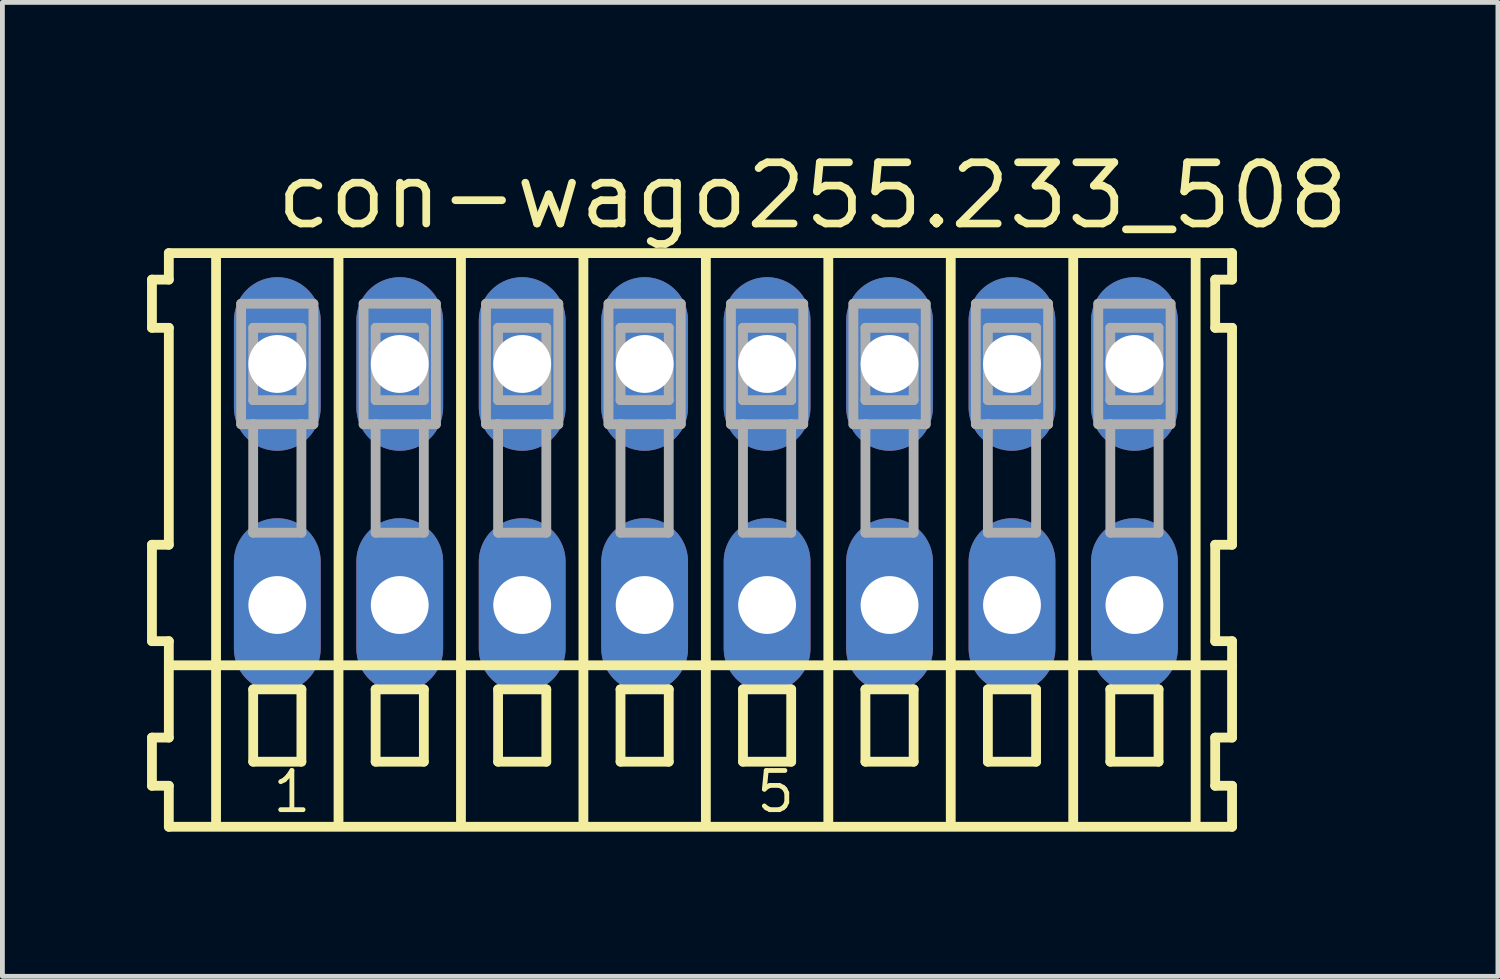
<source format=kicad_pcb>
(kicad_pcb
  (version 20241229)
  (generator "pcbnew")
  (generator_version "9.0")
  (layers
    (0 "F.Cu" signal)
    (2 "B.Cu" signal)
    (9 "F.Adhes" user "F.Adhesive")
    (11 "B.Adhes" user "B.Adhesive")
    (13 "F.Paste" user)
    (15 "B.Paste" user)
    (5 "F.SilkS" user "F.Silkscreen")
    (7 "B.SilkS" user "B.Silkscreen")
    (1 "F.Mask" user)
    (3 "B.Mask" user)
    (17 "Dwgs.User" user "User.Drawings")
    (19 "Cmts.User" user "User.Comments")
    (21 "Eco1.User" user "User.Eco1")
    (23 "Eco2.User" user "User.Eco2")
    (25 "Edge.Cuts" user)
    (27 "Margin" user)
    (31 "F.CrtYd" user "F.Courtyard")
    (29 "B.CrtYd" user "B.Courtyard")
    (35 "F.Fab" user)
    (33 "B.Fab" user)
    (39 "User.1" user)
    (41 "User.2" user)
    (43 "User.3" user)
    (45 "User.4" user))
  (footprint "con-wago255.233_508"
    (layer "F.Cu")
    (at 11.592 7)
    (property "Reference" "con-wago255.233_508" (at -8.99 -5.25 0) (layer "F.SilkS") (effects (font (size 1.27 1.27) (thickness 0.16)) (justify left bottom)))
    (attr through_hole)
    (fp_line (start -11.49 -4.25) (end -11.49 -3.25) (stroke (width 0.203) (type default)) (layer "F.SilkS"))
    (fp_line (start -11.49 -3.25) (end -11.14 -3.25) (stroke (width 0.203) (type default)) (layer "F.SilkS"))
    (fp_line (start -11.49 1.25) (end -11.49 3.25) (stroke (width 0.203) (type default)) (layer "F.SilkS"))
    (fp_line (start -11.49 3.25) (end -11.14 3.25) (stroke (width 0.203) (type default)) (layer "F.SilkS"))
    (fp_line (start -11.49 5.25) (end -11.49 6.25) (stroke (width 0.203) (type default)) (layer "F.SilkS"))
    (fp_line (start -11.49 6.25) (end -11.14 6.25) (stroke (width 0.203) (type default)) (layer "F.SilkS"))
    (fp_line (start -11.14 -4.8) (end -11.14 -4.25) (stroke (width 0.203) (type default)) (layer "F.SilkS"))
    (fp_line (start -11.14 -4.25) (end -11.49 -4.25) (stroke (width 0.203) (type default)) (layer "F.SilkS"))
    (fp_line (start -11.14 -3.25) (end -11.14 1.25) (stroke (width 0.203) (type default)) (layer "F.SilkS"))
    (fp_line (start -11.14 1.25) (end -11.49 1.25) (stroke (width 0.203) (type default)) (layer "F.SilkS"))
    (fp_line (start -11.14 3.25) (end -11.14 5.25) (stroke (width 0.203) (type default)) (layer "F.SilkS"))
    (fp_line (start -11.14 3.75) (end 10.915 3.75) (stroke (width 0.203) (type default)) (layer "F.SilkS"))
    (fp_line (start -11.14 5.25) (end -11.49 5.25) (stroke (width 0.203) (type default)) (layer "F.SilkS"))
    (fp_line (start -11.14 6.25) (end -11.14 7.1) (stroke (width 0.203) (type default)) (layer "F.SilkS"))
    (fp_line (start -11.14 7.1) (end 10.915 7.1) (stroke (width 0.203) (type default)) (layer "F.SilkS"))
    (fp_line (start -10.16 6.985) (end -10.16 -4.699) (stroke (width 0.203) (type default)) (layer "F.SilkS"))
    (fp_line (start -9.39 4.25) (end -9.39 5.75) (stroke (width 0.203) (type default)) (layer "F.SilkS"))
    (fp_line (start -9.39 5.75) (end -8.39 5.75) (stroke (width 0.203) (type default)) (layer "F.SilkS"))
    (fp_line (start -8.39 4.25) (end -9.39 4.25) (stroke (width 0.203) (type default)) (layer "F.SilkS"))
    (fp_line (start -8.39 5.75) (end -8.39 4.25) (stroke (width 0.203) (type default)) (layer "F.SilkS"))
    (fp_line (start -7.62 6.985) (end -7.62 -4.699) (stroke (width 0.203) (type default)) (layer "F.SilkS"))
    (fp_line (start -6.85 4.25) (end -6.85 5.75) (stroke (width 0.203) (type default)) (layer "F.SilkS"))
    (fp_line (start -6.85 5.75) (end -5.85 5.75) (stroke (width 0.203) (type default)) (layer "F.SilkS"))
    (fp_line (start -5.85 4.25) (end -6.85 4.25) (stroke (width 0.203) (type default)) (layer "F.SilkS"))
    (fp_line (start -5.85 5.75) (end -5.85 4.25) (stroke (width 0.203) (type default)) (layer "F.SilkS"))
    (fp_line (start -5.08 6.985) (end -5.08 -4.699) (stroke (width 0.203) (type default)) (layer "F.SilkS"))
    (fp_line (start -4.31 4.25) (end -4.31 5.75) (stroke (width 0.203) (type default)) (layer "F.SilkS"))
    (fp_line (start -4.31 5.75) (end -3.31 5.75) (stroke (width 0.203) (type default)) (layer "F.SilkS"))
    (fp_line (start -3.31 4.25) (end -4.31 4.25) (stroke (width 0.203) (type default)) (layer "F.SilkS"))
    (fp_line (start -3.31 5.75) (end -3.31 4.25) (stroke (width 0.203) (type default)) (layer "F.SilkS"))
    (fp_line (start -2.54 6.985) (end -2.54 -4.699) (stroke (width 0.203) (type default)) (layer "F.SilkS"))
    (fp_line (start -1.77 4.25) (end -1.77 5.75) (stroke (width 0.203) (type default)) (layer "F.SilkS"))
    (fp_line (start -1.77 5.75) (end -0.77 5.75) (stroke (width 0.203) (type default)) (layer "F.SilkS"))
    (fp_line (start -0.77 4.25) (end -1.77 4.25) (stroke (width 0.203) (type default)) (layer "F.SilkS"))
    (fp_line (start -0.77 5.75) (end -0.77 4.25) (stroke (width 0.203) (type default)) (layer "F.SilkS"))
    (fp_line (start 0 6.985) (end 0 -4.699) (stroke (width 0.203) (type default)) (layer "F.SilkS"))
    (fp_line (start 0.77 4.25) (end 0.77 5.75) (stroke (width 0.203) (type default)) (layer "F.SilkS"))
    (fp_line (start 0.77 5.75) (end 1.77 5.75) (stroke (width 0.203) (type default)) (layer "F.SilkS"))
    (fp_line (start 1.77 4.25) (end 0.77 4.25) (stroke (width 0.203) (type default)) (layer "F.SilkS"))
    (fp_line (start 1.77 5.75) (end 1.77 4.25) (stroke (width 0.203) (type default)) (layer "F.SilkS"))
    (fp_line (start 2.54 6.985) (end 2.54 -4.699) (stroke (width 0.203) (type default)) (layer "F.SilkS"))
    (fp_line (start 3.31 4.25) (end 3.31 5.75) (stroke (width 0.203) (type default)) (layer "F.SilkS"))
    (fp_line (start 3.31 5.75) (end 4.31 5.75) (stroke (width 0.203) (type default)) (layer "F.SilkS"))
    (fp_line (start 4.31 4.25) (end 3.31 4.25) (stroke (width 0.203) (type default)) (layer "F.SilkS"))
    (fp_line (start 4.31 5.75) (end 4.31 4.25) (stroke (width 0.203) (type default)) (layer "F.SilkS"))
    (fp_line (start 5.08 6.985) (end 5.08 -4.699) (stroke (width 0.203) (type default)) (layer "F.SilkS"))
    (fp_line (start 5.85 4.25) (end 5.85 5.75) (stroke (width 0.203) (type default)) (layer "F.SilkS"))
    (fp_line (start 5.85 5.75) (end 6.85 5.75) (stroke (width 0.203) (type default)) (layer "F.SilkS"))
    (fp_line (start 6.85 4.25) (end 5.85 4.25) (stroke (width 0.203) (type default)) (layer "F.SilkS"))
    (fp_line (start 6.85 5.75) (end 6.85 4.25) (stroke (width 0.203) (type default)) (layer "F.SilkS"))
    (fp_line (start 7.62 6.985) (end 7.62 -4.699) (stroke (width 0.203) (type default)) (layer "F.SilkS"))
    (fp_line (start 8.39 4.25) (end 8.39 5.75) (stroke (width 0.203) (type default)) (layer "F.SilkS"))
    (fp_line (start 8.39 5.75) (end 9.39 5.75) (stroke (width 0.203) (type default)) (layer "F.SilkS"))
    (fp_line (start 9.39 4.25) (end 8.39 4.25) (stroke (width 0.203) (type default)) (layer "F.SilkS"))
    (fp_line (start 9.39 5.75) (end 9.39 4.25) (stroke (width 0.203) (type default)) (layer "F.SilkS"))
    (fp_line (start 10.16 6.985) (end 10.16 -4.699) (stroke (width 0.203) (type default)) (layer "F.SilkS"))
    (fp_line (start 10.565 -4.25) (end 10.565 -3.25) (stroke (width 0.203) (type default)) (layer "F.SilkS"))
    (fp_line (start 10.565 -3.25) (end 10.915 -3.25) (stroke (width 0.203) (type default)) (layer "F.SilkS"))
    (fp_line (start 10.565 1.25) (end 10.565 3.25) (stroke (width 0.203) (type default)) (layer "F.SilkS"))
    (fp_line (start 10.565 3.25) (end 10.915 3.25) (stroke (width 0.203) (type default)) (layer "F.SilkS"))
    (fp_line (start 10.565 5.25) (end 10.565 6.25) (stroke (width 0.203) (type default)) (layer "F.SilkS"))
    (fp_line (start 10.565 6.25) (end 10.915 6.25) (stroke (width 0.203) (type default)) (layer "F.SilkS"))
    (fp_line (start 10.915 -4.8) (end -11.14 -4.8) (stroke (width 0.203) (type default)) (layer "F.SilkS"))
    (fp_line (start 10.915 -4.25) (end 10.565 -4.25) (stroke (width 0.203) (type default)) (layer "F.SilkS"))
    (fp_line (start 10.915 -4.25) (end 10.915 -4.8) (stroke (width 0.203) (type default)) (layer "F.SilkS"))
    (fp_line (start 10.915 1.25) (end 10.565 1.25) (stroke (width 0.203) (type default)) (layer "F.SilkS"))
    (fp_line (start 10.915 1.25) (end 10.915 -3.25) (stroke (width 0.203) (type default)) (layer "F.SilkS"))
    (fp_line (start 10.915 3.75) (end 10.915 3.25) (stroke (width 0.203) (type default)) (layer "F.SilkS"))
    (fp_line (start 10.915 5.25) (end 10.565 5.25) (stroke (width 0.203) (type default)) (layer "F.SilkS"))
    (fp_line (start 10.915 5.25) (end 10.915 3.75) (stroke (width 0.203) (type default)) (layer "F.SilkS"))
    (fp_line (start 10.915 7.1) (end 10.915 6.25) (stroke (width 0.203) (type default)) (layer "F.SilkS"))
    (fp_line (start -9.64 -3.75) (end -9.64 -1.25) (stroke (width 0.203) (type default)) (layer "F.Fab"))
    (fp_line (start -9.64 -1.25) (end -9.39 -1.25) (stroke (width 0.203) (type default)) (layer "F.Fab"))
    (fp_line (start -9.39 -3.25) (end -9.39 -1.75) (stroke (width 0.203) (type default)) (layer "F.Fab"))
    (fp_line (start -9.39 -1.75) (end -8.39 -1.75) (stroke (width 0.203) (type default)) (layer "F.Fab"))
    (fp_line (start -9.39 -1.25) (end -9.39 1) (stroke (width 0.203) (type default)) (layer "F.Fab"))
    (fp_line (start -9.39 -1.25) (end -8.39 -1.25) (stroke (width 0.203) (type default)) (layer "F.Fab"))
    (fp_line (start -9.39 1) (end -8.39 1) (stroke (width 0.203) (type default)) (layer "F.Fab"))
    (fp_line (start -8.39 -3.25) (end -9.39 -3.25) (stroke (width 0.203) (type default)) (layer "F.Fab"))
    (fp_line (start -8.39 -1.75) (end -8.39 -3.25) (stroke (width 0.203) (type default)) (layer "F.Fab"))
    (fp_line (start -8.39 -1.25) (end -8.14 -1.25) (stroke (width 0.203) (type default)) (layer "F.Fab"))
    (fp_line (start -8.39 1) (end -8.39 -1.25) (stroke (width 0.203) (type default)) (layer "F.Fab"))
    (fp_line (start -8.14 -3.75) (end -9.64 -3.75) (stroke (width 0.203) (type default)) (layer "F.Fab"))
    (fp_line (start -8.14 -1.25) (end -8.14 -3.75) (stroke (width 0.203) (type default)) (layer "F.Fab"))
    (fp_line (start -7.1 -3.75) (end -7.1 -1.25) (stroke (width 0.203) (type default)) (layer "F.Fab"))
    (fp_line (start -7.1 -1.25) (end -6.85 -1.25) (stroke (width 0.203) (type default)) (layer "F.Fab"))
    (fp_line (start -6.85 -3.25) (end -6.85 -1.75) (stroke (width 0.203) (type default)) (layer "F.Fab"))
    (fp_line (start -6.85 -1.75) (end -5.85 -1.75) (stroke (width 0.203) (type default)) (layer "F.Fab"))
    (fp_line (start -6.85 -1.25) (end -6.85 1) (stroke (width 0.203) (type default)) (layer "F.Fab"))
    (fp_line (start -6.85 -1.25) (end -5.85 -1.25) (stroke (width 0.203) (type default)) (layer "F.Fab"))
    (fp_line (start -6.85 1) (end -5.85 1) (stroke (width 0.203) (type default)) (layer "F.Fab"))
    (fp_line (start -5.85 -3.25) (end -6.85 -3.25) (stroke (width 0.203) (type default)) (layer "F.Fab"))
    (fp_line (start -5.85 -1.75) (end -5.85 -3.25) (stroke (width 0.203) (type default)) (layer "F.Fab"))
    (fp_line (start -5.85 -1.25) (end -5.6 -1.25) (stroke (width 0.203) (type default)) (layer "F.Fab"))
    (fp_line (start -5.85 1) (end -5.85 -1.25) (stroke (width 0.203) (type default)) (layer "F.Fab"))
    (fp_line (start -5.6 -3.75) (end -7.1 -3.75) (stroke (width 0.203) (type default)) (layer "F.Fab"))
    (fp_line (start -5.6 -1.25) (end -5.6 -3.75) (stroke (width 0.203) (type default)) (layer "F.Fab"))
    (fp_line (start -4.56 -3.75) (end -4.56 -1.25) (stroke (width 0.203) (type default)) (layer "F.Fab"))
    (fp_line (start -4.56 -1.25) (end -4.31 -1.25) (stroke (width 0.203) (type default)) (layer "F.Fab"))
    (fp_line (start -4.31 -3.25) (end -4.31 -1.75) (stroke (width 0.203) (type default)) (layer "F.Fab"))
    (fp_line (start -4.31 -1.75) (end -3.31 -1.75) (stroke (width 0.203) (type default)) (layer "F.Fab"))
    (fp_line (start -4.31 -1.25) (end -4.31 1) (stroke (width 0.203) (type default)) (layer "F.Fab"))
    (fp_line (start -4.31 -1.25) (end -3.31 -1.25) (stroke (width 0.203) (type default)) (layer "F.Fab"))
    (fp_line (start -4.31 1) (end -3.31 1) (stroke (width 0.203) (type default)) (layer "F.Fab"))
    (fp_line (start -3.31 -3.25) (end -4.31 -3.25) (stroke (width 0.203) (type default)) (layer "F.Fab"))
    (fp_line (start -3.31 -1.75) (end -3.31 -3.25) (stroke (width 0.203) (type default)) (layer "F.Fab"))
    (fp_line (start -3.31 -1.25) (end -3.06 -1.25) (stroke (width 0.203) (type default)) (layer "F.Fab"))
    (fp_line (start -3.31 1) (end -3.31 -1.25) (stroke (width 0.203) (type default)) (layer "F.Fab"))
    (fp_line (start -3.06 -3.75) (end -4.56 -3.75) (stroke (width 0.203) (type default)) (layer "F.Fab"))
    (fp_line (start -3.06 -1.25) (end -3.06 -3.75) (stroke (width 0.203) (type default)) (layer "F.Fab"))
    (fp_line (start -2.02 -3.75) (end -2.02 -1.25) (stroke (width 0.203) (type default)) (layer "F.Fab"))
    (fp_line (start -2.02 -1.25) (end -1.77 -1.25) (stroke (width 0.203) (type default)) (layer "F.Fab"))
    (fp_line (start -1.77 -3.25) (end -1.77 -1.75) (stroke (width 0.203) (type default)) (layer "F.Fab"))
    (fp_line (start -1.77 -1.75) (end -0.77 -1.75) (stroke (width 0.203) (type default)) (layer "F.Fab"))
    (fp_line (start -1.77 -1.25) (end -1.77 1) (stroke (width 0.203) (type default)) (layer "F.Fab"))
    (fp_line (start -1.77 -1.25) (end -0.77 -1.25) (stroke (width 0.203) (type default)) (layer "F.Fab"))
    (fp_line (start -1.77 1) (end -0.77 1) (stroke (width 0.203) (type default)) (layer "F.Fab"))
    (fp_line (start -0.77 -3.25) (end -1.77 -3.25) (stroke (width 0.203) (type default)) (layer "F.Fab"))
    (fp_line (start -0.77 -1.75) (end -0.77 -3.25) (stroke (width 0.203) (type default)) (layer "F.Fab"))
    (fp_line (start -0.77 -1.25) (end -0.52 -1.25) (stroke (width 0.203) (type default)) (layer "F.Fab"))
    (fp_line (start -0.77 1) (end -0.77 -1.25) (stroke (width 0.203) (type default)) (layer "F.Fab"))
    (fp_line (start -0.52 -3.75) (end -2.02 -3.75) (stroke (width 0.203) (type default)) (layer "F.Fab"))
    (fp_line (start -0.52 -1.25) (end -0.52 -3.75) (stroke (width 0.203) (type default)) (layer "F.Fab"))
    (fp_line (start 0.52 -3.75) (end 0.52 -1.25) (stroke (width 0.203) (type default)) (layer "F.Fab"))
    (fp_line (start 0.52 -1.25) (end 0.77 -1.25) (stroke (width 0.203) (type default)) (layer "F.Fab"))
    (fp_line (start 0.77 -3.25) (end 0.77 -1.75) (stroke (width 0.203) (type default)) (layer "F.Fab"))
    (fp_line (start 0.77 -1.75) (end 1.77 -1.75) (stroke (width 0.203) (type default)) (layer "F.Fab"))
    (fp_line (start 0.77 -1.25) (end 0.77 1) (stroke (width 0.203) (type default)) (layer "F.Fab"))
    (fp_line (start 0.77 -1.25) (end 1.77 -1.25) (stroke (width 0.203) (type default)) (layer "F.Fab"))
    (fp_line (start 0.77 1) (end 1.77 1) (stroke (width 0.203) (type default)) (layer "F.Fab"))
    (fp_line (start 1.77 -3.25) (end 0.77 -3.25) (stroke (width 0.203) (type default)) (layer "F.Fab"))
    (fp_line (start 1.77 -1.75) (end 1.77 -3.25) (stroke (width 0.203) (type default)) (layer "F.Fab"))
    (fp_line (start 1.77 -1.25) (end 2.02 -1.25) (stroke (width 0.203) (type default)) (layer "F.Fab"))
    (fp_line (start 1.77 1) (end 1.77 -1.25) (stroke (width 0.203) (type default)) (layer "F.Fab"))
    (fp_line (start 2.02 -3.75) (end 0.52 -3.75) (stroke (width 0.203) (type default)) (layer "F.Fab"))
    (fp_line (start 2.02 -1.25) (end 2.02 -3.75) (stroke (width 0.203) (type default)) (layer "F.Fab"))
    (fp_line (start 3.06 -3.75) (end 3.06 -1.25) (stroke (width 0.203) (type default)) (layer "F.Fab"))
    (fp_line (start 3.06 -1.25) (end 3.31 -1.25) (stroke (width 0.203) (type default)) (layer "F.Fab"))
    (fp_line (start 3.31 -3.25) (end 3.31 -1.75) (stroke (width 0.203) (type default)) (layer "F.Fab"))
    (fp_line (start 3.31 -1.75) (end 4.31 -1.75) (stroke (width 0.203) (type default)) (layer "F.Fab"))
    (fp_line (start 3.31 -1.25) (end 3.31 1) (stroke (width 0.203) (type default)) (layer "F.Fab"))
    (fp_line (start 3.31 -1.25) (end 4.31 -1.25) (stroke (width 0.203) (type default)) (layer "F.Fab"))
    (fp_line (start 3.31 1) (end 4.31 1) (stroke (width 0.203) (type default)) (layer "F.Fab"))
    (fp_line (start 4.31 -3.25) (end 3.31 -3.25) (stroke (width 0.203) (type default)) (layer "F.Fab"))
    (fp_line (start 4.31 -1.75) (end 4.31 -3.25) (stroke (width 0.203) (type default)) (layer "F.Fab"))
    (fp_line (start 4.31 -1.25) (end 4.56 -1.25) (stroke (width 0.203) (type default)) (layer "F.Fab"))
    (fp_line (start 4.31 1) (end 4.31 -1.25) (stroke (width 0.203) (type default)) (layer "F.Fab"))
    (fp_line (start 4.56 -3.75) (end 3.06 -3.75) (stroke (width 0.203) (type default)) (layer "F.Fab"))
    (fp_line (start 4.56 -1.25) (end 4.56 -3.75) (stroke (width 0.203) (type default)) (layer "F.Fab"))
    (fp_line (start 5.6 -3.75) (end 5.6 -1.25) (stroke (width 0.203) (type default)) (layer "F.Fab"))
    (fp_line (start 5.6 -1.25) (end 5.85 -1.25) (stroke (width 0.203) (type default)) (layer "F.Fab"))
    (fp_line (start 5.85 -3.25) (end 5.85 -1.75) (stroke (width 0.203) (type default)) (layer "F.Fab"))
    (fp_line (start 5.85 -1.75) (end 6.85 -1.75) (stroke (width 0.203) (type default)) (layer "F.Fab"))
    (fp_line (start 5.85 -1.25) (end 5.85 1) (stroke (width 0.203) (type default)) (layer "F.Fab"))
    (fp_line (start 5.85 -1.25) (end 6.85 -1.25) (stroke (width 0.203) (type default)) (layer "F.Fab"))
    (fp_line (start 5.85 1) (end 6.85 1) (stroke (width 0.203) (type default)) (layer "F.Fab"))
    (fp_line (start 6.85 -3.25) (end 5.85 -3.25) (stroke (width 0.203) (type default)) (layer "F.Fab"))
    (fp_line (start 6.85 -1.75) (end 6.85 -3.25) (stroke (width 0.203) (type default)) (layer "F.Fab"))
    (fp_line (start 6.85 -1.25) (end 7.1 -1.25) (stroke (width 0.203) (type default)) (layer "F.Fab"))
    (fp_line (start 6.85 1) (end 6.85 -1.25) (stroke (width 0.203) (type default)) (layer "F.Fab"))
    (fp_line (start 7.1 -3.75) (end 5.6 -3.75) (stroke (width 0.203) (type default)) (layer "F.Fab"))
    (fp_line (start 7.1 -1.25) (end 7.1 -3.75) (stroke (width 0.203) (type default)) (layer "F.Fab"))
    (fp_line (start 8.14 -3.75) (end 8.14 -1.25) (stroke (width 0.203) (type default)) (layer "F.Fab"))
    (fp_line (start 8.14 -1.25) (end 8.39 -1.25) (stroke (width 0.203) (type default)) (layer "F.Fab"))
    (fp_line (start 8.39 -3.25) (end 8.39 -1.75) (stroke (width 0.203) (type default)) (layer "F.Fab"))
    (fp_line (start 8.39 -1.75) (end 9.39 -1.75) (stroke (width 0.203) (type default)) (layer "F.Fab"))
    (fp_line (start 8.39 -1.25) (end 8.39 1) (stroke (width 0.203) (type default)) (layer "F.Fab"))
    (fp_line (start 8.39 -1.25) (end 9.39 -1.25) (stroke (width 0.203) (type default)) (layer "F.Fab"))
    (fp_line (start 8.39 1) (end 9.39 1) (stroke (width 0.203) (type default)) (layer "F.Fab"))
    (fp_line (start 9.39 -3.25) (end 8.39 -3.25) (stroke (width 0.203) (type default)) (layer "F.Fab"))
    (fp_line (start 9.39 -1.75) (end 9.39 -3.25) (stroke (width 0.203) (type default)) (layer "F.Fab"))
    (fp_line (start 9.39 -1.25) (end 9.64 -1.25) (stroke (width 0.203) (type default)) (layer "F.Fab"))
    (fp_line (start 9.39 1) (end 9.39 -1.25) (stroke (width 0.203) (type default)) (layer "F.Fab"))
    (fp_line (start 9.64 -3.75) (end 8.14 -3.75) (stroke (width 0.203) (type default)) (layer "F.Fab"))
    (fp_line (start 9.64 -1.25) (end 9.64 -3.75) (stroke (width 0.203) (type default)) (layer "F.Fab"))
    (fp_text user "5" (at 0.993 6.85 0) (layer "F.SilkS") (effects (font (size 0.813 0.813) (thickness 0.1)) (justify left bottom)))
    (fp_text user "1" (at -9.04 6.85 0) (layer "F.SilkS") (effects (font (size 0.813 0.813) (thickness 0.1)) (justify left bottom)))
    (pad "A1" thru_hole oval (at -8.89 -2.5 90) (size 3.6 1.8) (drill 1.2) (layers "*.Cu" "*.Mask"))
    (pad "A2" thru_hole oval (at -6.35 -2.5 90) (size 3.6 1.8) (drill 1.2) (layers "*.Cu" "*.Mask"))
    (pad "A3" thru_hole oval (at -3.81 -2.5 90) (size 3.6 1.8) (drill 1.2) (layers "*.Cu" "*.Mask"))
    (pad "A4" thru_hole oval (at -1.27 -2.5 90) (size 3.6 1.8) (drill 1.2) (layers "*.Cu" "*.Mask"))
    (pad "A5" thru_hole oval (at 1.27 -2.5 90) (size 3.6 1.8) (drill 1.2) (layers "*.Cu" "*.Mask"))
    (pad "A6" thru_hole oval (at 3.81 -2.5 90) (size 3.6 1.8) (drill 1.2) (layers "*.Cu" "*.Mask"))
    (pad "A7" thru_hole oval (at 6.35 -2.5 90) (size 3.6 1.8) (drill 1.2) (layers "*.Cu" "*.Mask"))
    (pad "A8" thru_hole oval (at 8.89 -2.5 90) (size 3.6 1.8) (drill 1.2) (layers "*.Cu" "*.Mask"))
    (pad "B1" thru_hole oval (at -8.89 2.5 90) (size 3.6 1.8) (drill 1.2) (layers "*.Cu" "*.Mask"))
    (pad "B2" thru_hole oval (at -6.35 2.5 90) (size 3.6 1.8) (drill 1.2) (layers "*.Cu" "*.Mask"))
    (pad "B3" thru_hole oval (at -3.81 2.5 90) (size 3.6 1.8) (drill 1.2) (layers "*.Cu" "*.Mask"))
    (pad "B4" thru_hole oval (at -1.27 2.5 90) (size 3.6 1.8) (drill 1.2) (layers "*.Cu" "*.Mask"))
    (pad "B5" thru_hole oval (at 1.27 2.5 90) (size 3.6 1.8) (drill 1.2) (layers "*.Cu" "*.Mask"))
    (pad "B6" thru_hole oval (at 3.81 2.5 90) (size 3.6 1.8) (drill 1.2) (layers "*.Cu" "*.Mask"))
    (pad "B7" thru_hole oval (at 6.35 2.5 90) (size 3.6 1.8) (drill 1.2) (layers "*.Cu" "*.Mask"))
    (pad "B8" thru_hole oval (at 8.89 2.5 90) (size 3.6 1.8) (drill 1.2) (layers "*.Cu" "*.Mask")))
  (gr_rect
    (start -3 -3)
    (end 28.022 17.202)
    (stroke (width 0.1) (type default))
    (fill no)
    (layer "Edge.Cuts")))
</source>
